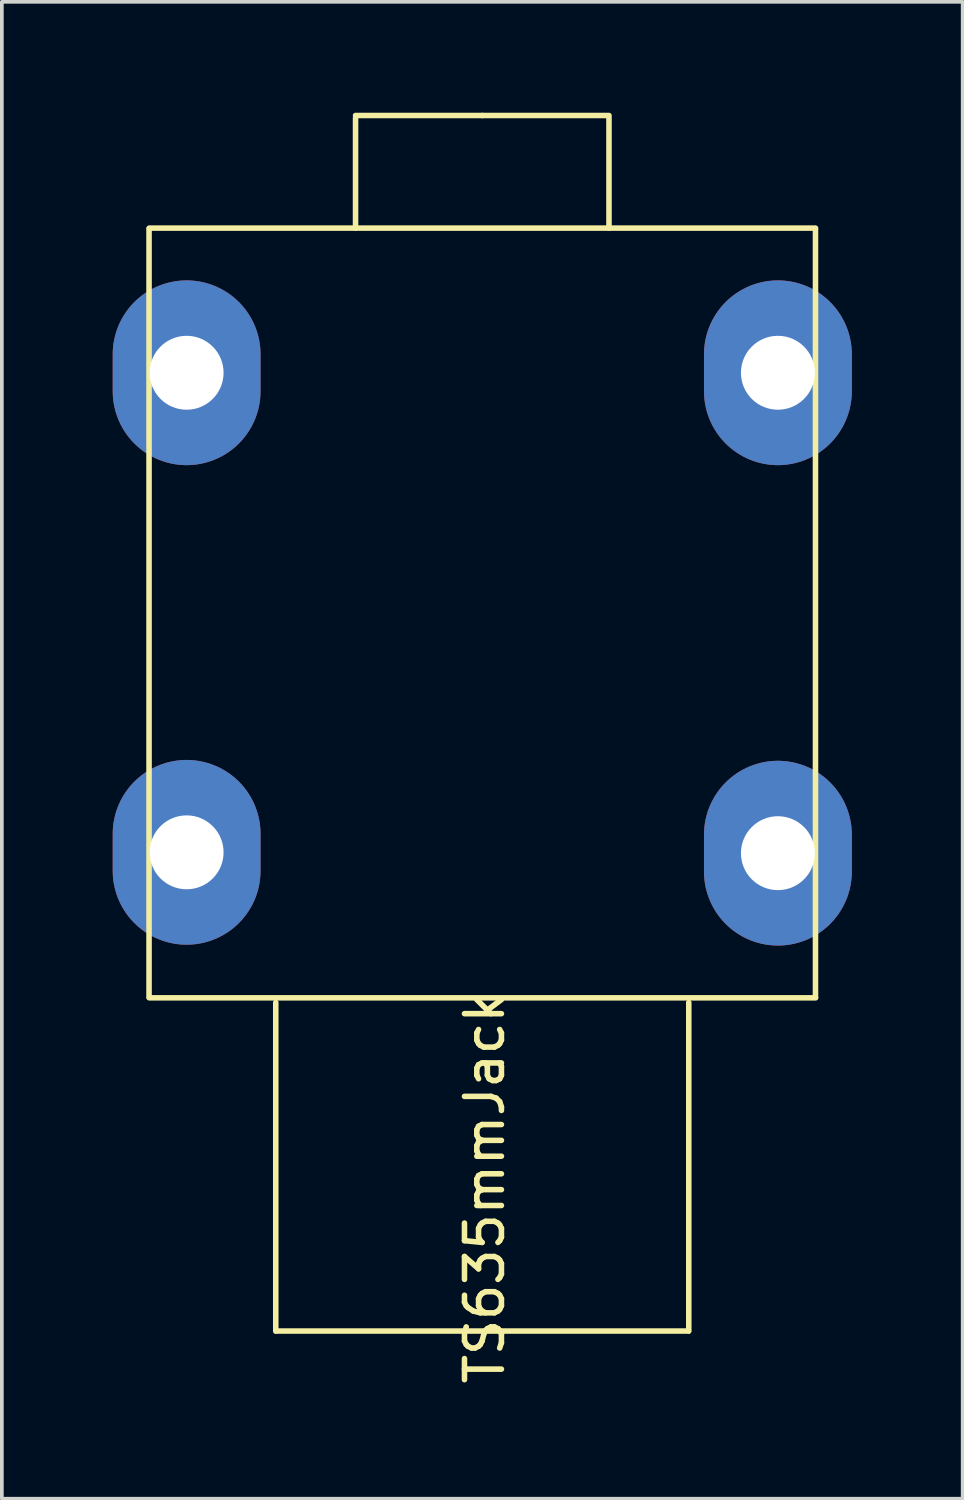
<source format=kicad_pcb>
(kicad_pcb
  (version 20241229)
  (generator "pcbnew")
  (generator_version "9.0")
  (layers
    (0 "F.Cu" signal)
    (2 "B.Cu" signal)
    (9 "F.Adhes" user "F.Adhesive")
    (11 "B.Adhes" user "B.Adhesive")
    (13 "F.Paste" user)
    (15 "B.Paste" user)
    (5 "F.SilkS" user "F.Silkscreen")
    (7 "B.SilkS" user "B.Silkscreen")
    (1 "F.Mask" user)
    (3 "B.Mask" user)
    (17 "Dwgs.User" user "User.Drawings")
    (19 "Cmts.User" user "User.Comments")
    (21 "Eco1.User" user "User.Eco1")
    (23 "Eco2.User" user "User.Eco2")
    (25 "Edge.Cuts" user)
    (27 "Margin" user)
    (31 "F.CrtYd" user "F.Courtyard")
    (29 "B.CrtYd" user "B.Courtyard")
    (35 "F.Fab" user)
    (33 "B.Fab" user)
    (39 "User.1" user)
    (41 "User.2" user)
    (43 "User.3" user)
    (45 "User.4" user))
  (footprint "TS635mmJack"
    (layer "F.Cu")
    (at 10 13.537)
    (property "Reference" "TS635mmJack" (at 0.064 15.557 90) (layer "F.SilkS") (effects (font (size 1 1) (thickness 0.15))))
    (attr through_hole)
    (fp_line (start -9.017 -10.4) (end -9.017 10.4) (stroke (width 0.15) (type solid)) (layer "F.SilkS"))
    (fp_line (start -9.01 -10.414) (end 9.017 -10.414) (stroke (width 0.15) (type solid)) (layer "F.SilkS"))
    (fp_line (start -9.01 10.414) (end 9.02 10.414) (stroke (width 0.15) (type solid)) (layer "F.SilkS"))
    (fp_line (start -5.588 10.541) (end -5.588 19.431) (stroke (width 0.15) (type solid)) (layer "F.SilkS"))
    (fp_line (start -5.58 19.431) (end 5.58 19.431) (stroke (width 0.15) (type solid)) (layer "F.SilkS"))
    (fp_line (start -3.429 -13.4) (end -3.429 -10.414) (stroke (width 0.15) (type solid)) (layer "F.SilkS"))
    (fp_line (start 0 -13.462) (end -3.429 -13.462) (stroke (width 0.15) (type solid)) (layer "F.SilkS"))
    (fp_line (start 0 -13.462) (end 3.429 -13.462) (stroke (width 0.15) (type solid)) (layer "F.SilkS"))
    (fp_line (start 3.429 -13.4) (end 3.429 -10.414) (stroke (width 0.15) (type solid)) (layer "F.SilkS"))
    (fp_line (start 5.588 19.431) (end 5.588 10.541) (stroke (width 0.15) (type solid)) (layer "F.SilkS"))
    (fp_line (start 9.017 -10.4) (end 9.017 10.4) (stroke (width 0.15) (type solid)) (layer "F.SilkS"))
    (pad "" np_thru_hole oval (at -8 6.477) (size 4 5) (drill 2) (layers "*.Cu" "*.Mask"))
    (pad "1" thru_hole oval (at 8 -6.5) (size 4 5) (drill 2) (layers "*.Cu" "*.Mask"))
    (pad "2" thru_hole oval (at 8 6.5) (size 4 5) (drill 2) (layers "*.Cu" "*.Mask"))
    (pad "3" thru_hole oval (at -8 -6.5) (size 4 5) (drill 2) (layers "*.Cu" "*.Mask")))
  (gr_rect
    (start -3 -3)
    (end 23 37.505)
    (stroke (width 0.1) (type default))
    (fill no)
    (layer "Edge.Cuts")))
</source>
